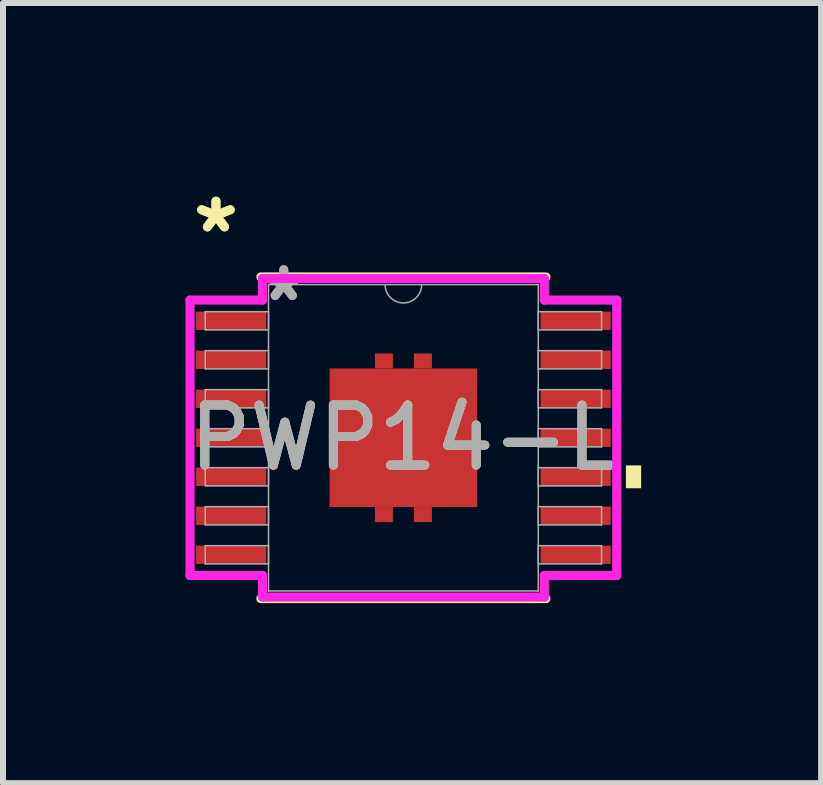
<source format=kicad_pcb>
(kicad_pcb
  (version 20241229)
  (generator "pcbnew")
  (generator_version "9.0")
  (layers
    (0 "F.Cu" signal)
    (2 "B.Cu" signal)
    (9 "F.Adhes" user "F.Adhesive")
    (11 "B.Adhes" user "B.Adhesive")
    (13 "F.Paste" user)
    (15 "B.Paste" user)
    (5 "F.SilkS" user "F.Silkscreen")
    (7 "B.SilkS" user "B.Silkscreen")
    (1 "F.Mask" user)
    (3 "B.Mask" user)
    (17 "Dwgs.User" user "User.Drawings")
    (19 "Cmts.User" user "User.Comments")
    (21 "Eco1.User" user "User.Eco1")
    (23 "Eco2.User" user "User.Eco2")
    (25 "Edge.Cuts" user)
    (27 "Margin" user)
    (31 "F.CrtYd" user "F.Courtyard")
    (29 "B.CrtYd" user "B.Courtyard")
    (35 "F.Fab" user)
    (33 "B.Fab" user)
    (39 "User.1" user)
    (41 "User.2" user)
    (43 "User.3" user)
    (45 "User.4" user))
  (footprint "PWP14-L"
    (layer "F.Cu")
    (at 3.673 4.246)
    (property "Reference" "PWP14-L" (at 0 0 0) (unlocked yes) (layer "F.SilkS") (effects (font (size 1 1) (thickness 0.15))))
    (attr smd)
    (fp_poly (pts (xy -0.175 -1.155) (xy -0.175 -1.405) (xy -0.475 -1.405) (xy -0.475 -1.155)) (stroke (width 0) (type solid)) (fill yes) (layer "F.Cu"))
    (fp_poly (pts (xy -0.175 1.155) (xy -0.175 1.405) (xy -0.475 1.405) (xy -0.475 1.155)) (stroke (width 0) (type solid)) (fill yes) (layer "F.Cu"))
    (fp_poly (pts (xy 0.175 -1.155) (xy 0.175 -1.405) (xy 0.475 -1.405) (xy 0.475 -1.155)) (stroke (width 0) (type solid)) (fill yes) (layer "F.Cu"))
    (fp_poly (pts (xy 0.175 1.155) (xy 0.175 1.405) (xy 0.475 1.405) (xy 0.475 1.155)) (stroke (width 0) (type solid)) (fill yes) (layer "F.Cu"))
    (fp_poly (pts (xy -0.175 -1.155) (xy -0.175 -1.405) (xy -0.475 -1.405) (xy -0.475 -1.155)) (stroke (width 0) (type solid)) (fill yes) (layer "F.Mask"))
    (fp_poly (pts (xy -0.175 1.155) (xy -0.175 1.405) (xy -0.475 1.405) (xy -0.475 1.155)) (stroke (width 0) (type solid)) (fill yes) (layer "F.Mask"))
    (fp_poly (pts (xy 0.175 -1.155) (xy 0.175 -1.405) (xy 0.475 -1.405) (xy 0.475 -1.155)) (stroke (width 0) (type solid)) (fill yes) (layer "F.Mask"))
    (fp_poly (pts (xy 0.175 1.155) (xy 0.175 1.405) (xy 0.475 1.405) (xy 0.475 1.155)) (stroke (width 0) (type solid)) (fill yes) (layer "F.Mask"))
    (fp_line (start -2.375 2.68) (end 2.375 2.68) (stroke (width 0.152) (type solid)) (layer "F.SilkS"))
    (fp_line (start 2.375 -2.68) (end -2.375 -2.68) (stroke (width 0.152) (type solid)) (layer "F.SilkS"))
    (fp_poly (pts (xy 3.962 0.46) (xy 3.962 0.841) (xy 3.708 0.841) (xy 3.708 0.46)) (stroke (width 0) (type solid)) (fill yes) (layer "F.SilkS"))
    (fp_line (start -3.556 -2.295) (end -2.349 -2.295) (stroke (width 0.152) (type solid)) (layer "F.CrtYd"))
    (fp_line (start -3.556 2.295) (end -3.556 -2.295) (stroke (width 0.152) (type solid)) (layer "F.CrtYd"))
    (fp_line (start -3.556 2.295) (end -2.349 2.295) (stroke (width 0.152) (type solid)) (layer "F.CrtYd"))
    (fp_line (start -2.349 -2.654) (end 2.349 -2.654) (stroke (width 0.152) (type solid)) (layer "F.CrtYd"))
    (fp_line (start -2.349 -2.295) (end -2.349 -2.654) (stroke (width 0.152) (type solid)) (layer "F.CrtYd"))
    (fp_line (start -2.349 2.654) (end -2.349 2.295) (stroke (width 0.152) (type solid)) (layer "F.CrtYd"))
    (fp_line (start 2.349 -2.654) (end 2.349 -2.295) (stroke (width 0.152) (type solid)) (layer "F.CrtYd"))
    (fp_line (start 2.349 2.295) (end 2.349 2.654) (stroke (width 0.152) (type solid)) (layer "F.CrtYd"))
    (fp_line (start 2.349 2.654) (end -2.349 2.654) (stroke (width 0.152) (type solid)) (layer "F.CrtYd"))
    (fp_line (start 3.556 -2.295) (end 2.349 -2.295) (stroke (width 0.152) (type solid)) (layer "F.CrtYd"))
    (fp_line (start 3.556 -2.295) (end 3.556 2.295) (stroke (width 0.152) (type solid)) (layer "F.CrtYd"))
    (fp_line (start 3.556 2.295) (end 2.349 2.295) (stroke (width 0.152) (type solid)) (layer "F.CrtYd"))
    (fp_line (start -3.302 -2.102) (end -3.302 -1.798) (stroke (width 0.025) (type solid)) (layer "F.Fab"))
    (fp_line (start -3.302 -1.798) (end -2.248 -1.798) (stroke (width 0.025) (type solid)) (layer "F.Fab"))
    (fp_line (start -3.302 -1.452) (end -3.302 -1.148) (stroke (width 0.025) (type solid)) (layer "F.Fab"))
    (fp_line (start -3.302 -1.148) (end -2.248 -1.148) (stroke (width 0.025) (type solid)) (layer "F.Fab"))
    (fp_line (start -3.302 -0.802) (end -3.302 -0.498) (stroke (width 0.025) (type solid)) (layer "F.Fab"))
    (fp_line (start -3.302 -0.498) (end -2.248 -0.498) (stroke (width 0.025) (type solid)) (layer "F.Fab"))
    (fp_line (start -3.302 -0.152) (end -3.302 0.152) (stroke (width 0.025) (type solid)) (layer "F.Fab"))
    (fp_line (start -3.302 0.152) (end -2.248 0.152) (stroke (width 0.025) (type solid)) (layer "F.Fab"))
    (fp_line (start -3.302 0.498) (end -3.302 0.802) (stroke (width 0.025) (type solid)) (layer "F.Fab"))
    (fp_line (start -3.302 0.802) (end -2.248 0.802) (stroke (width 0.025) (type solid)) (layer "F.Fab"))
    (fp_line (start -3.302 1.148) (end -3.302 1.452) (stroke (width 0.025) (type solid)) (layer "F.Fab"))
    (fp_line (start -3.302 1.452) (end -2.248 1.452) (stroke (width 0.025) (type solid)) (layer "F.Fab"))
    (fp_line (start -3.302 1.798) (end -3.302 2.102) (stroke (width 0.025) (type solid)) (layer "F.Fab"))
    (fp_line (start -3.302 2.102) (end -2.248 2.102) (stroke (width 0.025) (type solid)) (layer "F.Fab"))
    (fp_line (start -2.248 -2.553) (end -2.248 2.553) (stroke (width 0.025) (type solid)) (layer "F.Fab"))
    (fp_line (start -2.248 -2.102) (end -3.302 -2.102) (stroke (width 0.025) (type solid)) (layer "F.Fab"))
    (fp_line (start -2.248 -1.798) (end -2.248 -2.102) (stroke (width 0.025) (type solid)) (layer "F.Fab"))
    (fp_line (start -2.248 -1.452) (end -3.302 -1.452) (stroke (width 0.025) (type solid)) (layer "F.Fab"))
    (fp_line (start -2.248 -1.148) (end -2.248 -1.452) (stroke (width 0.025) (type solid)) (layer "F.Fab"))
    (fp_line (start -2.248 -0.802) (end -3.302 -0.802) (stroke (width 0.025) (type solid)) (layer "F.Fab"))
    (fp_line (start -2.248 -0.498) (end -2.248 -0.802) (stroke (width 0.025) (type solid)) (layer "F.Fab"))
    (fp_line (start -2.248 -0.152) (end -3.302 -0.152) (stroke (width 0.025) (type solid)) (layer "F.Fab"))
    (fp_line (start -2.248 0.152) (end -2.248 -0.152) (stroke (width 0.025) (type solid)) (layer "F.Fab"))
    (fp_line (start -2.248 0.498) (end -3.302 0.498) (stroke (width 0.025) (type solid)) (layer "F.Fab"))
    (fp_line (start -2.248 0.802) (end -2.248 0.498) (stroke (width 0.025) (type solid)) (layer "F.Fab"))
    (fp_line (start -2.248 1.148) (end -3.302 1.148) (stroke (width 0.025) (type solid)) (layer "F.Fab"))
    (fp_line (start -2.248 1.452) (end -2.248 1.148) (stroke (width 0.025) (type solid)) (layer "F.Fab"))
    (fp_line (start -2.248 1.798) (end -3.302 1.798) (stroke (width 0.025) (type solid)) (layer "F.Fab"))
    (fp_line (start -2.248 2.102) (end -2.248 1.798) (stroke (width 0.025) (type solid)) (layer "F.Fab"))
    (fp_line (start -2.248 2.553) (end 2.248 2.553) (stroke (width 0.025) (type solid)) (layer "F.Fab"))
    (fp_line (start 2.248 -2.553) (end -2.248 -2.553) (stroke (width 0.025) (type solid)) (layer "F.Fab"))
    (fp_line (start 2.248 -2.102) (end 2.248 -1.798) (stroke (width 0.025) (type solid)) (layer "F.Fab"))
    (fp_line (start 2.248 -1.798) (end 3.302 -1.798) (stroke (width 0.025) (type solid)) (layer "F.Fab"))
    (fp_line (start 2.248 -1.452) (end 2.248 -1.148) (stroke (width 0.025) (type solid)) (layer "F.Fab"))
    (fp_line (start 2.248 -1.148) (end 3.302 -1.148) (stroke (width 0.025) (type solid)) (layer "F.Fab"))
    (fp_line (start 2.248 -0.802) (end 2.248 -0.498) (stroke (width 0.025) (type solid)) (layer "F.Fab"))
    (fp_line (start 2.248 -0.498) (end 3.302 -0.498) (stroke (width 0.025) (type solid)) (layer "F.Fab"))
    (fp_line (start 2.248 -0.152) (end 2.248 0.152) (stroke (width 0.025) (type solid)) (layer "F.Fab"))
    (fp_line (start 2.248 0.152) (end 3.302 0.152) (stroke (width 0.025) (type solid)) (layer "F.Fab"))
    (fp_line (start 2.248 0.498) (end 2.248 0.802) (stroke (width 0.025) (type solid)) (layer "F.Fab"))
    (fp_line (start 2.248 0.802) (end 3.302 0.802) (stroke (width 0.025) (type solid)) (layer "F.Fab"))
    (fp_line (start 2.248 1.148) (end 2.248 1.452) (stroke (width 0.025) (type solid)) (layer "F.Fab"))
    (fp_line (start 2.248 1.452) (end 3.302 1.452) (stroke (width 0.025) (type solid)) (layer "F.Fab"))
    (fp_line (start 2.248 1.798) (end 2.248 2.102) (stroke (width 0.025) (type solid)) (layer "F.Fab"))
    (fp_line (start 2.248 2.102) (end 3.302 2.102) (stroke (width 0.025) (type solid)) (layer "F.Fab"))
    (fp_line (start 2.248 2.553) (end 2.248 -2.553) (stroke (width 0.025) (type solid)) (layer "F.Fab"))
    (fp_line (start 3.302 -2.102) (end 2.248 -2.102) (stroke (width 0.025) (type solid)) (layer "F.Fab"))
    (fp_line (start 3.302 -1.798) (end 3.302 -2.102) (stroke (width 0.025) (type solid)) (layer "F.Fab"))
    (fp_line (start 3.302 -1.452) (end 2.248 -1.452) (stroke (width 0.025) (type solid)) (layer "F.Fab"))
    (fp_line (start 3.302 -1.148) (end 3.302 -1.452) (stroke (width 0.025) (type solid)) (layer "F.Fab"))
    (fp_line (start 3.302 -0.802) (end 2.248 -0.802) (stroke (width 0.025) (type solid)) (layer "F.Fab"))
    (fp_line (start 3.302 -0.498) (end 3.302 -0.802) (stroke (width 0.025) (type solid)) (layer "F.Fab"))
    (fp_line (start 3.302 -0.152) (end 2.248 -0.152) (stroke (width 0.025) (type solid)) (layer "F.Fab"))
    (fp_line (start 3.302 0.152) (end 3.302 -0.152) (stroke (width 0.025) (type solid)) (layer "F.Fab"))
    (fp_line (start 3.302 0.498) (end 2.248 0.498) (stroke (width 0.025) (type solid)) (layer "F.Fab"))
    (fp_line (start 3.302 0.802) (end 3.302 0.498) (stroke (width 0.025) (type solid)) (layer "F.Fab"))
    (fp_line (start 3.302 1.148) (end 2.248 1.148) (stroke (width 0.025) (type solid)) (layer "F.Fab"))
    (fp_line (start 3.302 1.452) (end 3.302 1.148) (stroke (width 0.025) (type solid)) (layer "F.Fab"))
    (fp_line (start 3.302 1.798) (end 2.248 1.798) (stroke (width 0.025) (type solid)) (layer "F.Fab"))
    (fp_line (start 3.302 2.102) (end 3.302 1.798) (stroke (width 0.025) (type solid)) (layer "F.Fab"))
    (fp_arc (start 0.3048 -2.5527) (mid 0 -2.2479) (end -0.3048 -2.5527) (stroke (width 0.0254) (type solid)) (layer "F.Fab"))
    (fp_text user "*" (at -3.124 -3.398 0) (layer "F.SilkS") (effects (font (size 1 1) (thickness 0.15))))
    (fp_text user "*" (at -3.124 -3.398 0) (unlocked yes) (layer "F.SilkS") (effects (font (size 1 1) (thickness 0.15))))
    (fp_text user "*" (at -1.994 -2.255 0) (unlocked yes) (layer "F.Fab") (effects (font (size 1 1) (thickness 0.15))))
    (fp_text user "${REFERENCE}" (at 0 0 0) (unlocked yes) (layer "F.Fab") (effects (font (size 1 1) (thickness 0.15))))
    (fp_text user "*" (at -1.994 -2.255 0) (layer "F.Fab") (effects (font (size 1 1) (thickness 0.15))))
    (pad "1" smd rect (at -2.87 -1.95) (size 1.168 0.305) (layers "F.Cu" "F.Mask" "F.Paste"))
    (pad "2" smd rect (at -2.87 -1.3) (size 1.168 0.305) (layers "F.Cu" "F.Mask" "F.Paste"))
    (pad "3" smd rect (at -2.87 -0.65) (size 1.168 0.305) (layers "F.Cu" "F.Mask" "F.Paste"))
    (pad "4" smd rect (at -2.87 0) (size 1.168 0.305) (layers "F.Cu" "F.Mask" "F.Paste"))
    (pad "5" smd rect (at -2.87 0.65) (size 1.168 0.305) (layers "F.Cu" "F.Mask" "F.Paste"))
    (pad "6" smd rect (at -2.87 1.3) (size 1.168 0.305) (layers "F.Cu" "F.Mask" "F.Paste"))
    (pad "7" smd rect (at -2.87 1.95) (size 1.168 0.305) (layers "F.Cu" "F.Mask" "F.Paste"))
    (pad "8" smd rect (at 2.87 1.95) (size 1.168 0.305) (layers "F.Cu" "F.Mask" "F.Paste"))
    (pad "9" smd rect (at 2.87 1.3) (size 1.168 0.305) (layers "F.Cu" "F.Mask" "F.Paste"))
    (pad "10" smd rect (at 2.87 0.65) (size 1.168 0.305) (layers "F.Cu" "F.Mask" "F.Paste"))
    (pad "11" smd rect (at 2.87 0) (size 1.168 0.305) (layers "F.Cu" "F.Mask" "F.Paste"))
    (pad "12" smd rect (at 2.87 -0.65) (size 1.168 0.305) (layers "F.Cu" "F.Mask" "F.Paste"))
    (pad "13" smd rect (at 2.87 -1.3) (size 1.168 0.305) (layers "F.Cu" "F.Mask" "F.Paste"))
    (pad "14" smd rect (at 2.87 -1.95) (size 1.168 0.305) (layers "F.Cu" "F.Mask" "F.Paste"))
    (pad "15" smd rect (at 0 0) (size 2.46 2.31) (layers "F.Cu" "F.Mask" "F.Paste")))
  (gr_rect
    (start -3 -3)
    (end 10.635 10.002)
    (stroke (width 0.1) (type default))
    (fill no)
    (layer "Edge.Cuts")))
</source>
